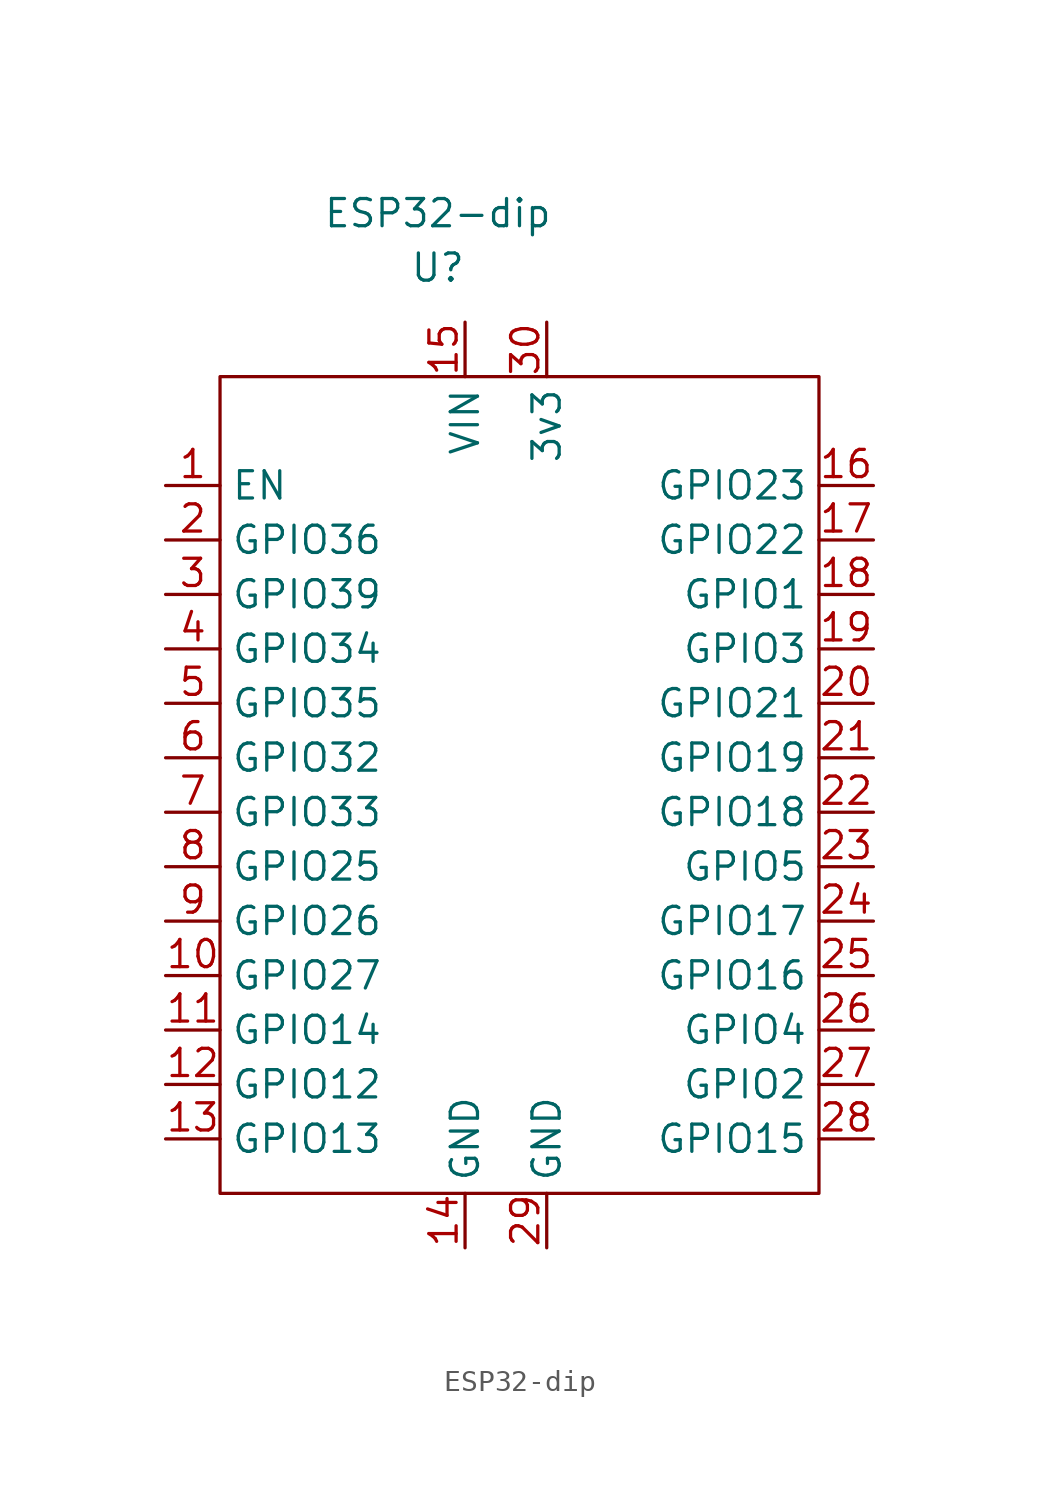
<source format=kicad_sym>
(kicad_symbol_lib
  (version 20211014)
  (generator kicad_symbol_editor)
  (symbol "ESP32-dip"
    (property "Reference" "U"
      (at 10.16 5.08 0)
      (effects (font (size 1.27 1.27))))
    (property "Value" "ESP32-dip"
      (at 10.16 7.62 0)
      (effects (font (size 1.27 1.27))))
    (symbol "ESP32-dip_0_1"
      (rectangle (start 0 0) (end 27.94 -38.1) (stroke (width 0) (type default) (color 0 0 0 0)) (fill (type none))))
    (symbol "ESP32-dip_1_1"
      (pin input line (at -2.54 -5.08 0) (length 2.54) (name "EN" (effects (font (size 1.27 1.27)))) (number "1" (effects (font (size 1.27 1.27)))))
      (pin input line (at -2.54 -27.94 0) (length 2.54) (name "GPIO27" (effects (font (size 1.27 1.27)))) (number "10" (effects (font (size 1.27 1.27)))))
      (pin input line (at -2.54 -30.48 0) (length 2.54) (name "GPIO14" (effects (font (size 1.27 1.27)))) (number "11" (effects (font (size 1.27 1.27)))))
      (pin input line (at -2.54 -33.02 0) (length 2.54) (name "GPIO12" (effects (font (size 1.27 1.27)))) (number "12" (effects (font (size 1.27 1.27)))))
      (pin input line (at -2.54 -35.56 0) (length 2.54) (name "GPIO13" (effects (font (size 1.27 1.27)))) (number "13" (effects (font (size 1.27 1.27)))))
      (pin power_in line (at 11.43 -40.64 90) (length 2.54) (name "GND" (effects (font (size 1.27 1.27)))) (number "14" (effects (font (size 1.27 1.27)))))
      (pin power_in line (at 11.43 2.54 270) (length 2.54) (name "VIN" (effects (font (size 1.27 1.27)))) (number "15" (effects (font (size 1.27 1.27)))))
      (pin input line (at 30.48 -5.08 180) (length 2.54) (name "GPIO23" (effects (font (size 1.27 1.27)))) (number "16" (effects (font (size 1.27 1.27)))))
      (pin input line (at 30.48 -7.62 180) (length 2.54) (name "GPIO22" (effects (font (size 1.27 1.27)))) (number "17" (effects (font (size 1.27 1.27)))))
      (pin input line (at 30.48 -10.16 180) (length 2.54) (name "GPIO1" (effects (font (size 1.27 1.27)))) (number "18" (effects (font (size 1.27 1.27)))))
      (pin input line (at 30.48 -12.7 180) (length 2.54) (name "GPIO3" (effects (font (size 1.27 1.27)))) (number "19" (effects (font (size 1.27 1.27)))))
      (pin input line (at -2.54 -7.62 0) (length 2.54) (name "GPIO36" (effects (font (size 1.27 1.27)))) (number "2" (effects (font (size 1.27 1.27)))))
      (pin input line (at 30.48 -15.24 180) (length 2.54) (name "GPIO21" (effects (font (size 1.27 1.27)))) (number "20" (effects (font (size 1.27 1.27)))))
      (pin input line (at 30.48 -17.78 180) (length 2.54) (name "GPIO19" (effects (font (size 1.27 1.27)))) (number "21" (effects (font (size 1.27 1.27)))))
      (pin input line (at 30.48 -20.32 180) (length 2.54) (name "GPIO18" (effects (font (size 1.27 1.27)))) (number "22" (effects (font (size 1.27 1.27)))))
      (pin input line (at 30.48 -22.86 180) (length 2.54) (name "GPIO5" (effects (font (size 1.27 1.27)))) (number "23" (effects (font (size 1.27 1.27)))))
      (pin input line (at 30.48 -25.4 180) (length 2.54) (name "GPIO17" (effects (font (size 1.27 1.27)))) (number "24" (effects (font (size 1.27 1.27)))))
      (pin input line (at 30.48 -27.94 180) (length 2.54) (name "GPIO16" (effects (font (size 1.27 1.27)))) (number "25" (effects (font (size 1.27 1.27)))))
      (pin input line (at 30.48 -30.48 180) (length 2.54) (name "GPIO4" (effects (font (size 1.27 1.27)))) (number "26" (effects (font (size 1.27 1.27)))))
      (pin input line (at 30.48 -33.02 180) (length 2.54) (name "GPIO2" (effects (font (size 1.27 1.27)))) (number "27" (effects (font (size 1.27 1.27)))))
      (pin input line (at 30.48 -35.56 180) (length 2.54) (name "GPIO15" (effects (font (size 1.27 1.27)))) (number "28" (effects (font (size 1.27 1.27)))))
      (pin power_in line (at 15.24 -40.64 90) (length 2.54) (name "GND" (effects (font (size 1.27 1.27)))) (number "29" (effects (font (size 1.27 1.27)))))
      (pin input line (at -2.54 -10.16 0) (length 2.54) (name "GPIO39" (effects (font (size 1.27 1.27)))) (number "3" (effects (font (size 1.27 1.27)))))
      (pin power_in line (at 15.24 2.54 270) (length 2.54) (name "3v3" (effects (font (size 1.27 1.27)))) (number "30" (effects (font (size 1.27 1.27)))))
      (pin input line (at -2.54 -12.7 0) (length 2.54) (name "GPIO34" (effects (font (size 1.27 1.27)))) (number "4" (effects (font (size 1.27 1.27)))))
      (pin input line (at -2.54 -15.24 0) (length 2.54) (name "GPIO35" (effects (font (size 1.27 1.27)))) (number "5" (effects (font (size 1.27 1.27)))))
      (pin input line (at -2.54 -17.78 0) (length 2.54) (name "GPIO32" (effects (font (size 1.27 1.27)))) (number "6" (effects (font (size 1.27 1.27)))))
      (pin input line (at -2.54 -20.32 0) (length 2.54) (name "GPIO33" (effects (font (size 1.27 1.27)))) (number "7" (effects (font (size 1.27 1.27)))))
      (pin input line (at -2.54 -22.86 0) (length 2.54) (name "GPIO25" (effects (font (size 1.27 1.27)))) (number "8" (effects (font (size 1.27 1.27)))))
      (pin input line (at -2.54 -25.4 0) (length 2.54) (name "GPIO26" (effects (font (size 1.27 1.27)))) (number "9" (effects (font (size 1.27 1.27))))))))
</source>
